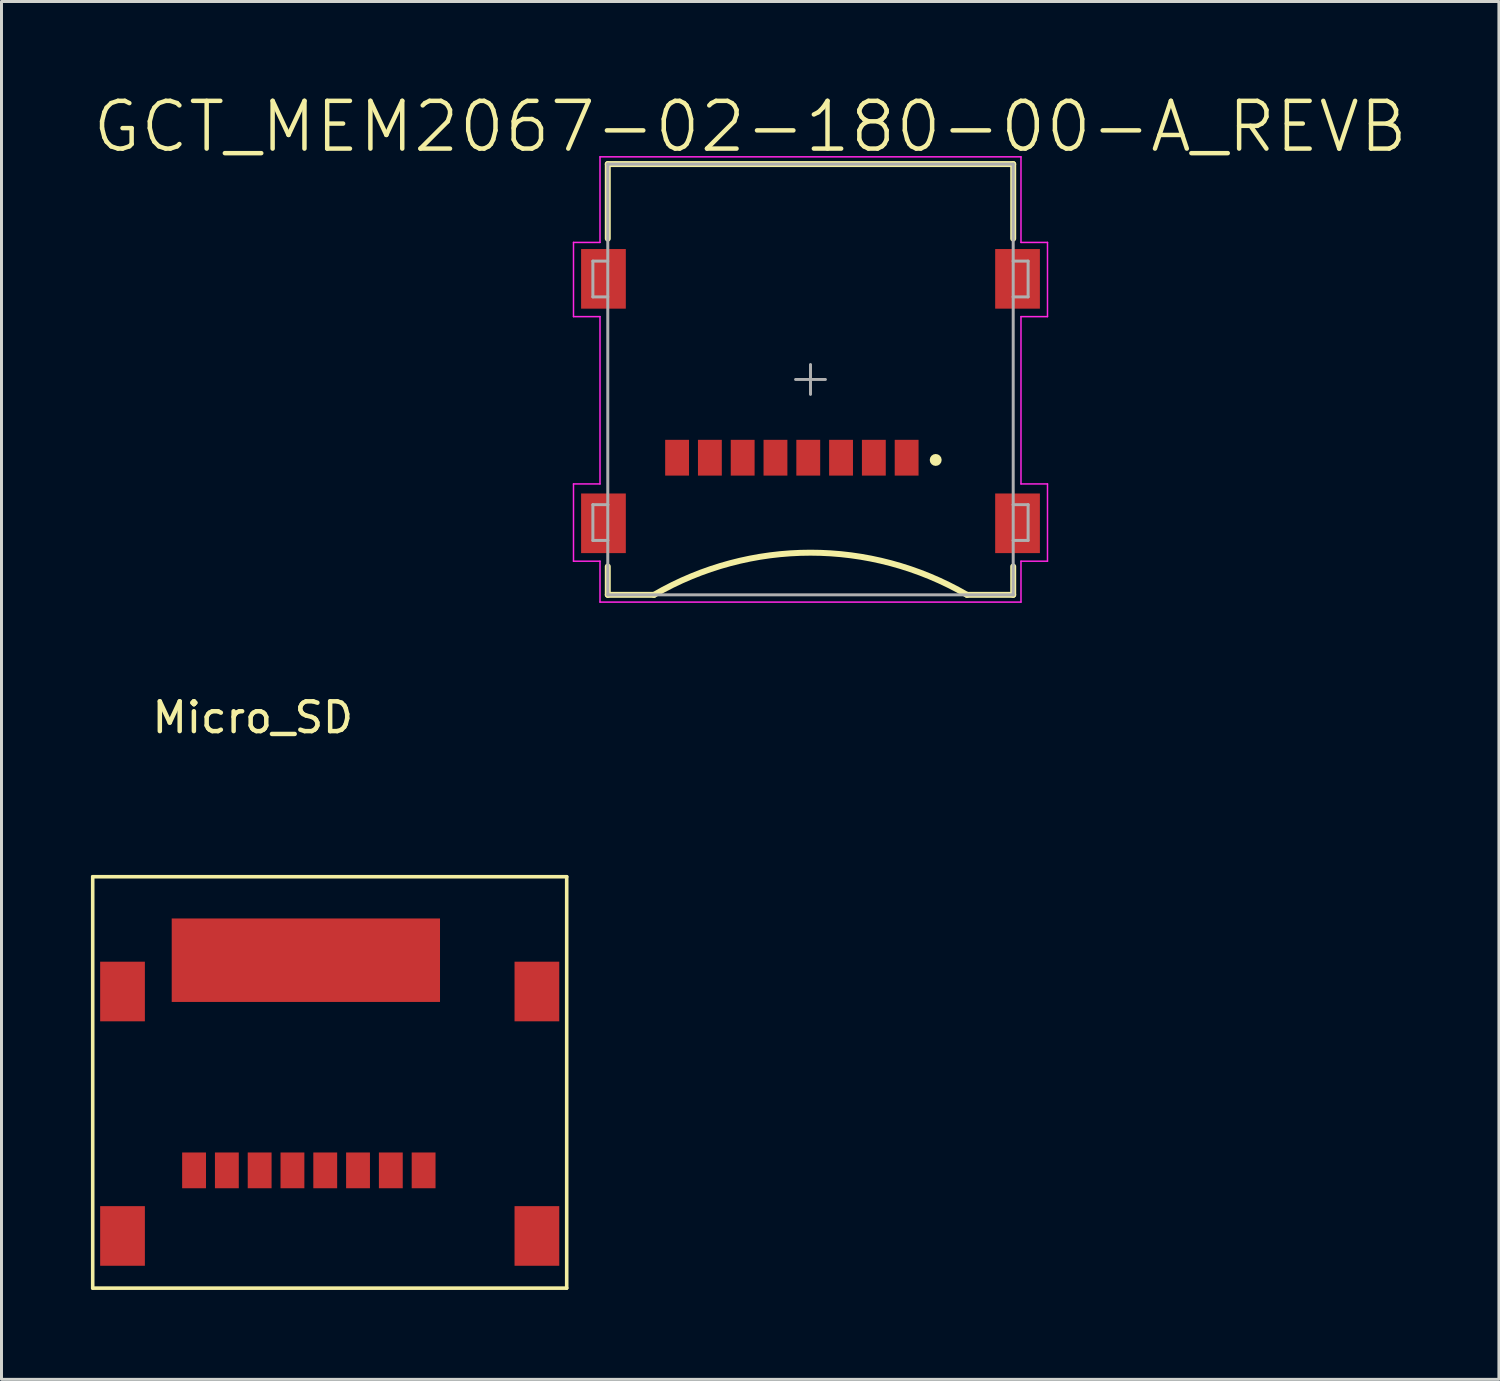
<source format=kicad_pcb>
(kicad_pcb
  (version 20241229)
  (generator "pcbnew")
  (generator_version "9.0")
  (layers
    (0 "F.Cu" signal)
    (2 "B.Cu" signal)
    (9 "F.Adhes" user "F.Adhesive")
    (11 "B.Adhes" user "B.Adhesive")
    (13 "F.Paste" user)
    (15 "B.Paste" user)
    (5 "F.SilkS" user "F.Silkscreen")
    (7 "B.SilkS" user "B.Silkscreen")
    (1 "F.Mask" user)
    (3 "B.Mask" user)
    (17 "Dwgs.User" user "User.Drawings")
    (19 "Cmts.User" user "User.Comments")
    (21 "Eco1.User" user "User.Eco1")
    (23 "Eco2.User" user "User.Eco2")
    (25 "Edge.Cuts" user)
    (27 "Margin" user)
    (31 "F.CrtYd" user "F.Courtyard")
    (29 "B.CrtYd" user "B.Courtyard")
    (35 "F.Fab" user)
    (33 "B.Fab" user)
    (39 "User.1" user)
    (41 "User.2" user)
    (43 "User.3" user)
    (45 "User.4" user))
  (footprint "GCT_MEM2067-02-180-00-A_REVB"
    (layer "F.Cu")
    (at 24.138 9.679)
    (property "Reference" "GCT_MEM2067-02-180-00-A_REVB" (at -2.023 -8.478 0) (layer "F.SilkS") (effects (font (size 1.602 1.602) (thickness 0.15))))
    (attr through_hole)
    (fp_line (start -6.8 -7.225) (end 6.8 -7.225) (stroke (width 0.2) (type solid)) (layer "F.SilkS"))
    (fp_line (start -6.8 -4.725) (end -6.8 -7.225) (stroke (width 0.2) (type solid)) (layer "F.SilkS"))
    (fp_line (start -6.8 7.225) (end -6.8 6.275) (stroke (width 0.2) (type solid)) (layer "F.SilkS"))
    (fp_line (start -6.8 7.225) (end -5.25 7.225) (stroke (width 0.2) (type solid)) (layer "F.SilkS"))
    (fp_line (start 5.25 7.225) (end 6.8 7.225) (stroke (width 0.2) (type solid)) (layer "F.SilkS"))
    (fp_line (start 6.8 -4.725) (end 6.8 -7.225) (stroke (width 0.2) (type solid)) (layer "F.SilkS"))
    (fp_line (start 6.8 7.225) (end 6.8 6.275) (stroke (width 0.2) (type solid)) (layer "F.SilkS"))
    (fp_arc (start -5.25 7.225) (mid 0 5.810899) (end 5.25 7.225) (stroke (width 0.2) (type solid)) (layer "F.SilkS"))
    (fp_circle (center 4.2 2.7) (end 4.3 2.7) (stroke (width 0.2) (type solid)) (fill no) (layer "F.SilkS"))
    (fp_line (start -7.95 -4.597) (end -7.061 -4.597) (stroke (width 0.05) (type solid)) (layer "F.CrtYd"))
    (fp_line (start -7.95 -2.108) (end -7.95 -4.597) (stroke (width 0.05) (type solid)) (layer "F.CrtYd"))
    (fp_line (start -7.95 -2.108) (end -7.061 -2.108) (stroke (width 0.05) (type solid)) (layer "F.CrtYd"))
    (fp_line (start -7.95 3.505) (end -7.061 3.505) (stroke (width 0.05) (type solid)) (layer "F.CrtYd"))
    (fp_line (start -7.95 6.096) (end -7.95 3.505) (stroke (width 0.05) (type solid)) (layer "F.CrtYd"))
    (fp_line (start -7.95 6.096) (end -7.061 6.096) (stroke (width 0.05) (type solid)) (layer "F.CrtYd"))
    (fp_line (start -7.061 -7.468) (end 7.061 -7.468) (stroke (width 0.05) (type solid)) (layer "F.CrtYd"))
    (fp_line (start -7.061 -4.597) (end -7.061 -7.468) (stroke (width 0.05) (type solid)) (layer "F.CrtYd"))
    (fp_line (start -7.061 3.505) (end -7.061 -2.108) (stroke (width 0.05) (type solid)) (layer "F.CrtYd"))
    (fp_line (start -7.061 7.468) (end -7.061 6.096) (stroke (width 0.05) (type solid)) (layer "F.CrtYd"))
    (fp_line (start -7.061 7.468) (end 7.061 7.468) (stroke (width 0.05) (type solid)) (layer "F.CrtYd"))
    (fp_line (start 7.061 -4.597) (end 7.061 -7.468) (stroke (width 0.05) (type solid)) (layer "F.CrtYd"))
    (fp_line (start 7.061 -4.597) (end 7.95 -4.597) (stroke (width 0.05) (type solid)) (layer "F.CrtYd"))
    (fp_line (start 7.061 -2.108) (end 7.95 -2.108) (stroke (width 0.05) (type solid)) (layer "F.CrtYd"))
    (fp_line (start 7.061 3.505) (end 7.061 -2.108) (stroke (width 0.05) (type solid)) (layer "F.CrtYd"))
    (fp_line (start 7.061 3.505) (end 7.95 3.505) (stroke (width 0.05) (type solid)) (layer "F.CrtYd"))
    (fp_line (start 7.061 6.096) (end 7.95 6.096) (stroke (width 0.05) (type solid)) (layer "F.CrtYd"))
    (fp_line (start 7.061 7.468) (end 7.061 6.096) (stroke (width 0.05) (type solid)) (layer "F.CrtYd"))
    (fp_line (start 7.95 -2.108) (end 7.95 -4.597) (stroke (width 0.05) (type solid)) (layer "F.CrtYd"))
    (fp_line (start 7.95 6.096) (end 7.95 3.505) (stroke (width 0.05) (type solid)) (layer "F.CrtYd"))
    (fp_line (start -7.3 -3.97) (end -6.8 -3.97) (stroke (width 0.1) (type solid)) (layer "F.Fab"))
    (fp_line (start -7.3 -2.77) (end -7.3 -3.97) (stroke (width 0.1) (type solid)) (layer "F.Fab"))
    (fp_line (start -7.3 -2.77) (end -6.8 -2.77) (stroke (width 0.1) (type solid)) (layer "F.Fab"))
    (fp_line (start -7.3 4.2) (end -6.8 4.2) (stroke (width 0.1) (type solid)) (layer "F.Fab"))
    (fp_line (start -7.3 5.4) (end -7.3 4.2) (stroke (width 0.1) (type solid)) (layer "F.Fab"))
    (fp_line (start -7.3 5.4) (end -6.8 5.4) (stroke (width 0.1) (type solid)) (layer "F.Fab"))
    (fp_line (start -6.8 -7.225) (end 6.8 -7.225) (stroke (width 0.1) (type solid)) (layer "F.Fab"))
    (fp_line (start -6.8 4.2) (end -6.8 -7.225) (stroke (width 0.1) (type solid)) (layer "F.Fab"))
    (fp_line (start -6.8 5.4) (end -6.8 4.2) (stroke (width 0.1) (type solid)) (layer "F.Fab"))
    (fp_line (start -6.8 7.225) (end -6.8 5.4) (stroke (width 0.1) (type solid)) (layer "F.Fab"))
    (fp_line (start -6.8 7.225) (end 6.8 7.225) (stroke (width 0.1) (type solid)) (layer "F.Fab"))
    (fp_line (start -0.5 0) (end 0.5 0) (stroke (width 0.1) (type solid)) (layer "F.Fab"))
    (fp_line (start 0 0.5) (end 0 -0.5) (stroke (width 0.1) (type solid)) (layer "F.Fab"))
    (fp_line (start 6.8 -3.97) (end 6.8 -7.225) (stroke (width 0.1) (type solid)) (layer "F.Fab"))
    (fp_line (start 6.8 -3.97) (end 7.3 -3.97) (stroke (width 0.1) (type solid)) (layer "F.Fab"))
    (fp_line (start 6.8 -2.77) (end 6.8 -3.97) (stroke (width 0.1) (type solid)) (layer "F.Fab"))
    (fp_line (start 6.8 -2.77) (end 7.3 -2.77) (stroke (width 0.1) (type solid)) (layer "F.Fab"))
    (fp_line (start 6.8 4.2) (end 6.8 -2.77) (stroke (width 0.1) (type solid)) (layer "F.Fab"))
    (fp_line (start 6.8 4.2) (end 7.3 4.2) (stroke (width 0.1) (type solid)) (layer "F.Fab"))
    (fp_line (start 6.8 5.4) (end 6.8 4.2) (stroke (width 0.1) (type solid)) (layer "F.Fab"))
    (fp_line (start 6.8 5.4) (end 7.3 5.4) (stroke (width 0.1) (type solid)) (layer "F.Fab"))
    (fp_line (start 6.8 7.225) (end 6.8 5.4) (stroke (width 0.1) (type solid)) (layer "F.Fab"))
    (fp_line (start 7.3 -2.77) (end 7.3 -3.97) (stroke (width 0.1) (type solid)) (layer "F.Fab"))
    (fp_line (start 7.3 5.4) (end 7.3 4.2) (stroke (width 0.1) (type solid)) (layer "F.Fab"))
    (pad "1" smd rect (at 3.225 2.625) (size 0.8 1.2) (layers "F.Cu" "F.Mask" "F.Paste"))
    (pad "2" smd rect (at 2.125 2.625) (size 0.8 1.2) (layers "F.Cu" "F.Mask" "F.Paste"))
    (pad "3" smd rect (at 1.025 2.625) (size 0.8 1.2) (layers "F.Cu" "F.Mask" "F.Paste"))
    (pad "4" smd rect (at -0.075 2.625) (size 0.8 1.2) (layers "F.Cu" "F.Mask" "F.Paste"))
    (pad "5" smd rect (at -1.175 2.625) (size 0.8 1.2) (layers "F.Cu" "F.Mask" "F.Paste"))
    (pad "6" smd rect (at -2.275 2.625) (size 0.8 1.2) (layers "F.Cu" "F.Mask" "F.Paste"))
    (pad "7" smd rect (at -3.375 2.625) (size 0.8 1.2) (layers "F.Cu" "F.Mask" "F.Paste"))
    (pad "8" smd rect (at -4.475 2.625) (size 0.8 1.2) (layers "F.Cu" "F.Mask" "F.Paste"))
    (pad "9" smd rect (at -6.945 4.825) (size 1.5 2) (layers "F.Cu" "F.Mask" "F.Paste"))
    (pad "10" smd rect (at -6.945 -3.375) (size 1.5 2) (layers "F.Cu" "F.Mask" "F.Paste"))
    (pad "11" smd rect (at 6.945 -3.375) (size 1.5 2) (layers "F.Cu" "F.Mask" "F.Paste"))
    (pad "12" smd rect (at 6.945 4.825) (size 1.5 2) (layers "F.Cu" "F.Mask" "F.Paste"))
    (zone (net_name "") (layer "F.Cu") (hatch full 0.508) (connect_pads) (min_thickness 0.01) (filled_areas_thickness no) (keepout (tracks not_allowed) (vias not_allowed) (pads not_allowed) (copperpour not_allowed) (footprints allowed)) (placement (enabled no)) (fill) (polygon (pts (xy 18.984 3.854) (xy 27.988 3.854) (xy 27.988 6.651) (xy 18.984 6.651)))))
  (footprint "Micro_SD"
    (layer "F.Cu")
    (at 5.46 34.36)
    (property "Reference" "Micro_SD" (at -0.03 -13.34 0) (layer "F.SilkS") (effects (font (size 1 1) (thickness 0.15))))
    (attr through_hole)
    (fp_line (start -5.4 -8) (end 10.5 -8) (stroke (width 0.12) (type solid)) (layer "F.SilkS"))
    (fp_line (start -5.4 5.8) (end -5.4 -8) (stroke (width 0.12) (type solid)) (layer "F.SilkS"))
    (fp_line (start -5.4 5.8) (end 10.5 5.8) (stroke (width 0.12) (type solid)) (layer "F.SilkS"))
    (fp_line (start 10.5 -8) (end 10.5 5.8) (stroke (width 0.12) (type solid)) (layer "F.SilkS"))
    (pad "1" smd rect (at 5.7 1.85) (size 0.8 1.2) (layers "F.Cu" "F.Mask" "F.Paste"))
    (pad "2" smd rect (at 4.6 1.85) (size 0.8 1.2) (layers "F.Cu" "F.Mask" "F.Paste"))
    (pad "3" smd rect (at 3.5 1.85) (size 0.8 1.2) (layers "F.Cu" "F.Mask" "F.Paste"))
    (pad "4" smd rect (at 2.4 1.85) (size 0.8 1.2) (layers "F.Cu" "F.Mask" "F.Paste"))
    (pad "5" smd rect (at 1.3 1.85) (size 0.8 1.2) (layers "F.Cu" "F.Mask" "F.Paste"))
    (pad "6" smd rect (at 0.2 1.85) (size 0.8 1.2) (layers "F.Cu" "F.Mask" "F.Paste"))
    (pad "7" smd rect (at -0.9 1.85) (size 0.8 1.2) (layers "F.Cu" "F.Mask" "F.Paste"))
    (pad "8" smd rect (at -2 1.85) (size 0.8 1.2) (layers "F.Cu" "F.Mask" "F.Paste"))
    (pad "9" smd rect (at -4.4 -4.15) (size 1.5 2) (layers "F.Cu" "F.Mask" "F.Paste"))
    (pad "9" smd rect (at -4.4 4.05) (size 1.5 2) (layers "F.Cu" "F.Mask" "F.Paste"))
    (pad "9" smd rect (at 1.75 -5.2) (size 9 2.8) (layers "F.Cu" "F.Mask" "F.Paste"))
    (pad "9" smd rect (at 9.5 -4.15) (size 1.5 2) (layers "F.Cu" "F.Mask" "F.Paste"))
    (pad "9" smd rect (at 9.5 4.05) (size 1.5 2) (layers "F.Cu" "F.Mask" "F.Paste")))
  (gr_rect
    (start -3 -3)
    (end 47.231 43.22)
    (stroke (width 0.1) (type default))
    (fill no)
    (layer "Edge.Cuts")))
</source>
